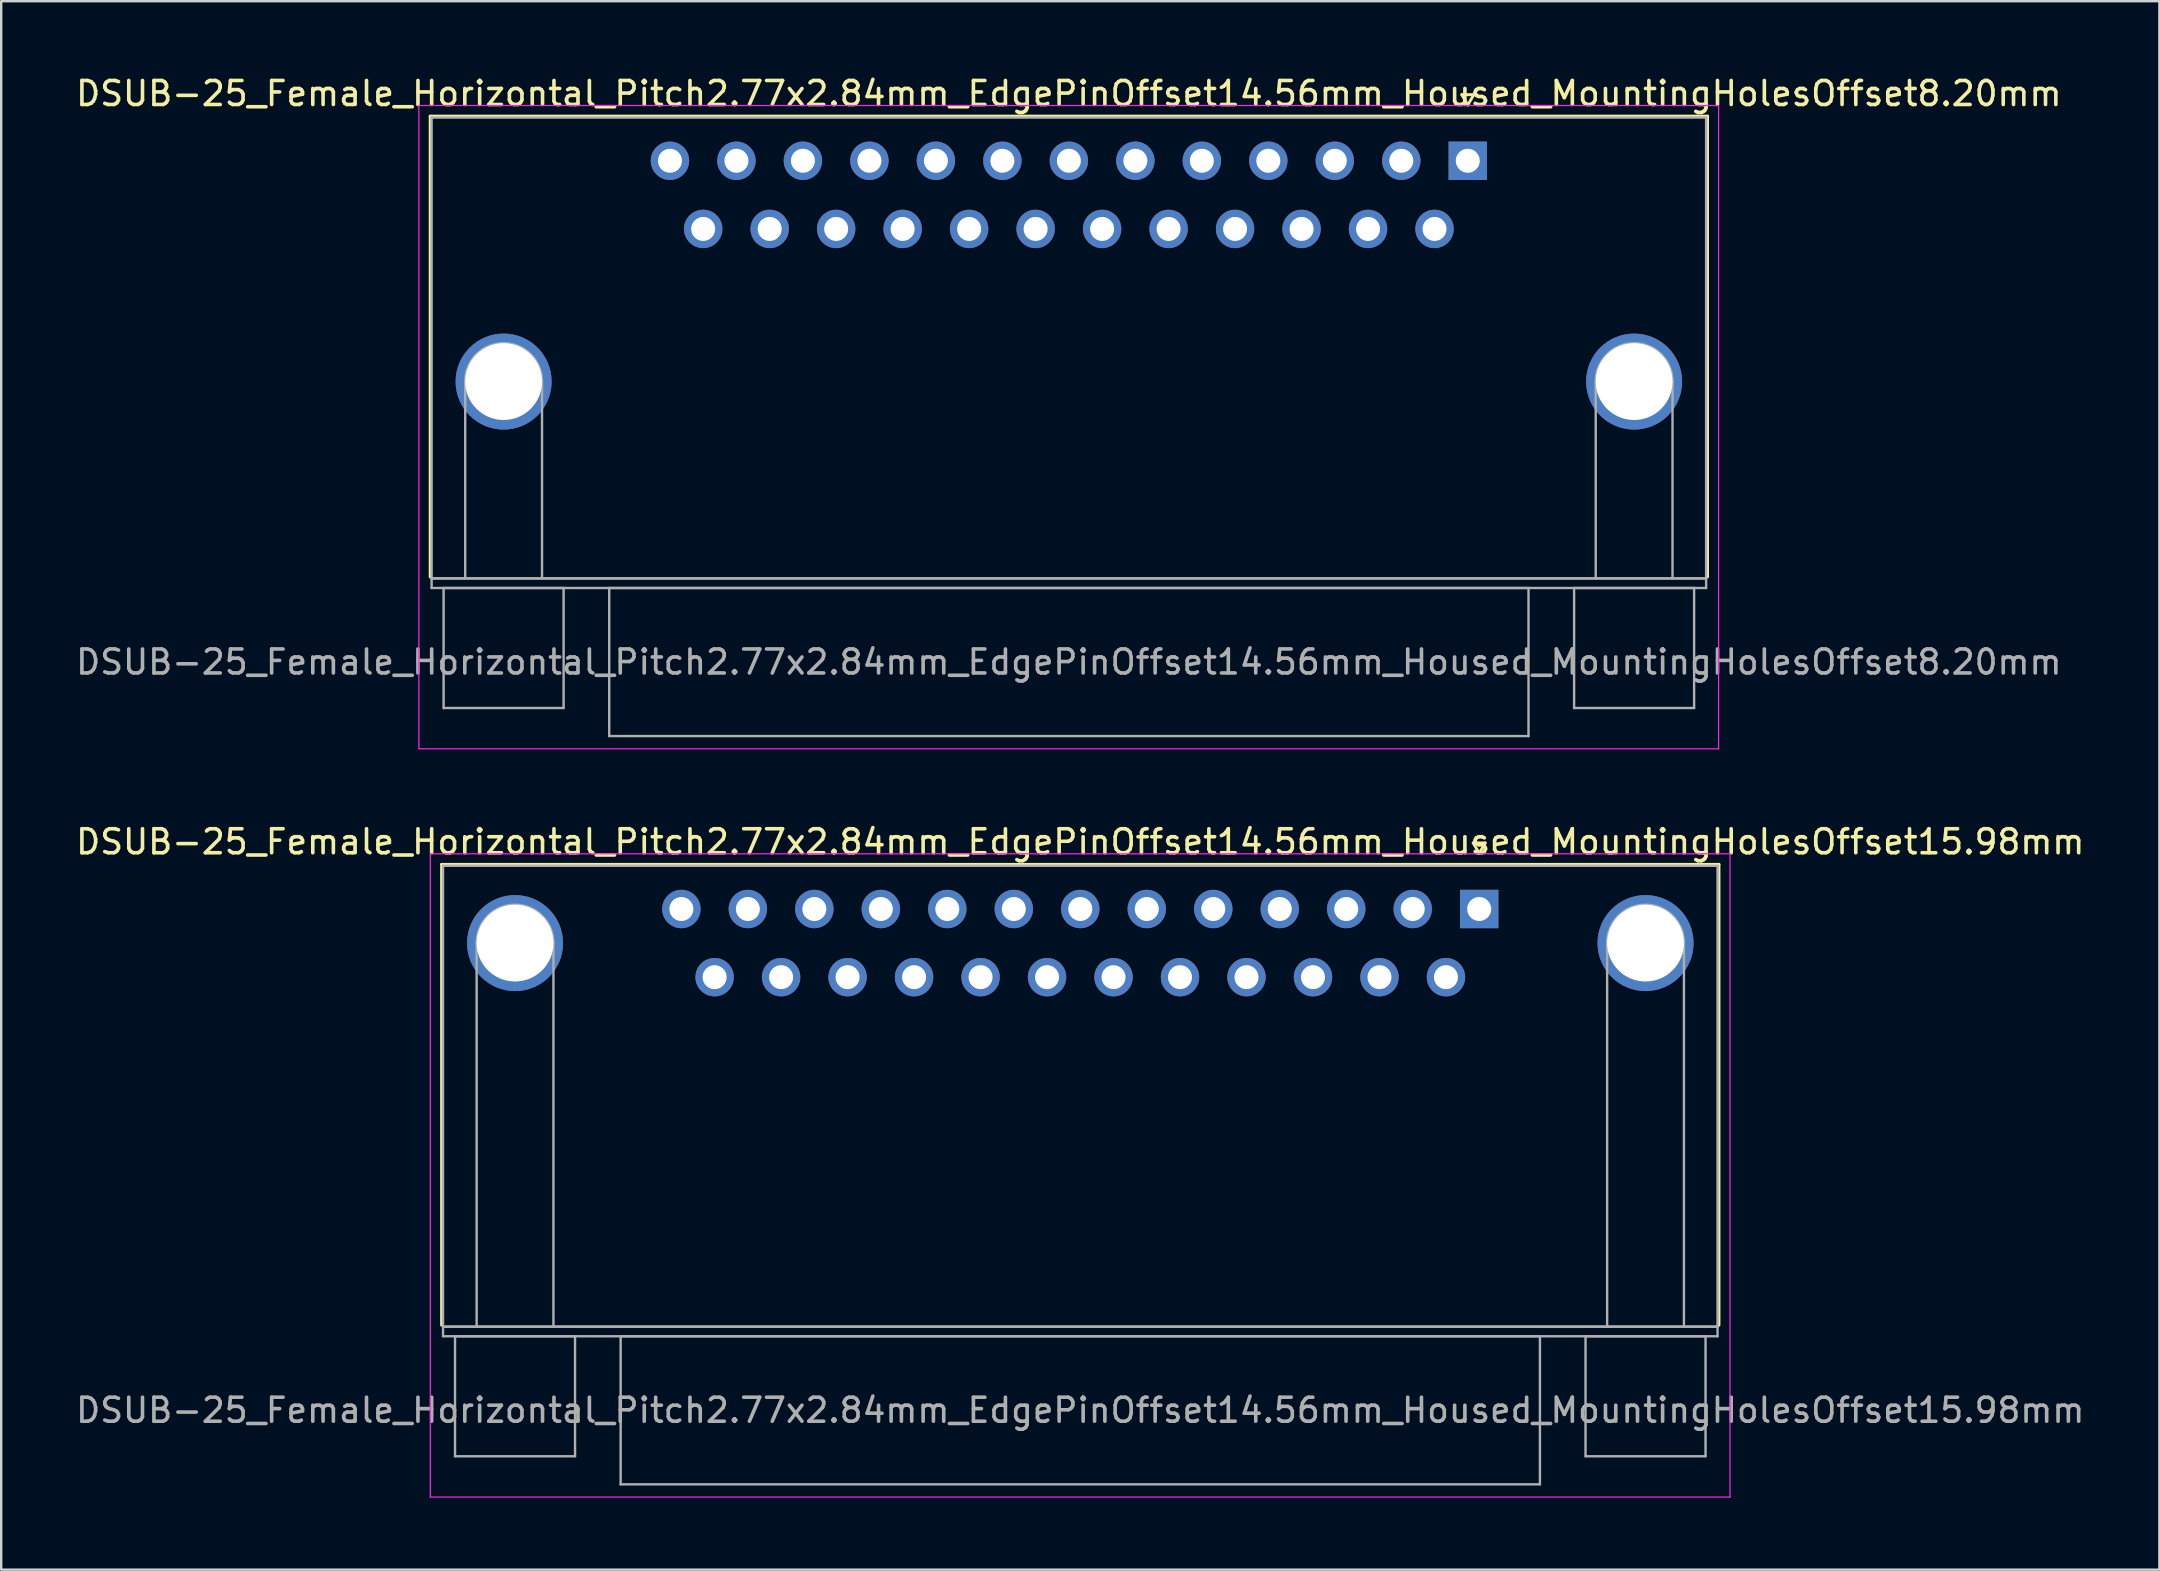
<source format=kicad_pcb>
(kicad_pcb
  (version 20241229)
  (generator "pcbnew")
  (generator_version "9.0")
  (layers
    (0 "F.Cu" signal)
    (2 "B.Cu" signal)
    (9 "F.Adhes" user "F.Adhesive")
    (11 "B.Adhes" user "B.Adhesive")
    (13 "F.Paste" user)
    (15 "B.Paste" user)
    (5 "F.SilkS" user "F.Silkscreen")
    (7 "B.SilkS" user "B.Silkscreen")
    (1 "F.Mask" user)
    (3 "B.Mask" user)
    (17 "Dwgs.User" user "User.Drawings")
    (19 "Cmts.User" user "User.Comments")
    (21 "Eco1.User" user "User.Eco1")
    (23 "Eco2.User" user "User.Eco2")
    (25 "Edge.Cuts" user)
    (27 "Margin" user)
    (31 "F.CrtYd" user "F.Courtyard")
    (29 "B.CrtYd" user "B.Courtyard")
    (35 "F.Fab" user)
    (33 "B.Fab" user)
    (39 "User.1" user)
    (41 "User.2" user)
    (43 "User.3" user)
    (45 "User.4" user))
  (footprint "DSUB-25_Female_Horizontal_Pitch2.77x2.84mm_EdgePinOffset14.56mm_Housed_MountingHolesOffset15.98mm"
    (layer "F.Cu")
    (at 58.578 34.822)
    (property "Reference" "DSUB-25_Female_Horizontal_Pitch2.77x2.84mm_EdgePinOffset14.56mm_Housed_MountingHolesOffset15.98mm" (at -16.62 -2.8 0) (layer "F.SilkS") (effects (font (size 1 1) (thickness 0.15))))
    (attr through_hole)
    (fp_line (start -43.23 -1.86) (end 9.99 -1.86) (stroke (width 0.12) (type solid)) (layer "F.SilkS"))
    (fp_line (start -43.23 17.34) (end -43.23 -1.86) (stroke (width 0.12) (type solid)) (layer "F.SilkS"))
    (fp_line (start -0.25 -2.754) (end 0.25 -2.754) (stroke (width 0.12) (type solid)) (layer "F.SilkS"))
    (fp_line (start 0 -2.321) (end -0.25 -2.754) (stroke (width 0.12) (type solid)) (layer "F.SilkS"))
    (fp_line (start 0.25 -2.754) (end 0 -2.321) (stroke (width 0.12) (type solid)) (layer "F.SilkS"))
    (fp_line (start 9.99 -1.86) (end 9.99 17.34) (stroke (width 0.12) (type solid)) (layer "F.SilkS"))
    (fp_line (start -43.7 -2.3) (end -43.7 24.5) (stroke (width 0.05) (type solid)) (layer "F.CrtYd"))
    (fp_line (start -43.7 24.5) (end 10.45 24.5) (stroke (width 0.05) (type solid)) (layer "F.CrtYd"))
    (fp_line (start 10.45 -2.3) (end -43.7 -2.3) (stroke (width 0.05) (type solid)) (layer "F.CrtYd"))
    (fp_line (start 10.45 24.5) (end 10.45 -2.3) (stroke (width 0.05) (type solid)) (layer "F.CrtYd"))
    (fp_line (start -43.17 -1.8) (end -43.17 17.4) (stroke (width 0.1) (type solid)) (layer "F.Fab"))
    (fp_line (start -43.17 17.4) (end -43.17 17.8) (stroke (width 0.1) (type solid)) (layer "F.Fab"))
    (fp_line (start -43.17 17.4) (end 9.93 17.4) (stroke (width 0.1) (type solid)) (layer "F.Fab"))
    (fp_line (start -43.17 17.8) (end 9.93 17.8) (stroke (width 0.1) (type solid)) (layer "F.Fab"))
    (fp_line (start -42.67 17.8) (end -42.67 22.8) (stroke (width 0.1) (type solid)) (layer "F.Fab"))
    (fp_line (start -42.67 22.8) (end -37.67 22.8) (stroke (width 0.1) (type solid)) (layer "F.Fab"))
    (fp_line (start -41.77 17.4) (end -41.77 1.42) (stroke (width 0.1) (type solid)) (layer "F.Fab"))
    (fp_line (start -38.57 17.4) (end -38.57 1.42) (stroke (width 0.1) (type solid)) (layer "F.Fab"))
    (fp_line (start -37.67 17.8) (end -42.67 17.8) (stroke (width 0.1) (type solid)) (layer "F.Fab"))
    (fp_line (start -37.67 22.8) (end -37.67 17.8) (stroke (width 0.1) (type solid)) (layer "F.Fab"))
    (fp_line (start -35.77 17.8) (end -35.77 23.97) (stroke (width 0.1) (type solid)) (layer "F.Fab"))
    (fp_line (start -35.77 23.97) (end 2.53 23.97) (stroke (width 0.1) (type solid)) (layer "F.Fab"))
    (fp_line (start 2.53 17.8) (end -35.77 17.8) (stroke (width 0.1) (type solid)) (layer "F.Fab"))
    (fp_line (start 2.53 23.97) (end 2.53 17.8) (stroke (width 0.1) (type solid)) (layer "F.Fab"))
    (fp_line (start 4.43 17.8) (end 4.43 22.8) (stroke (width 0.1) (type solid)) (layer "F.Fab"))
    (fp_line (start 4.43 22.8) (end 9.43 22.8) (stroke (width 0.1) (type solid)) (layer "F.Fab"))
    (fp_line (start 5.33 17.4) (end 5.33 1.42) (stroke (width 0.1) (type solid)) (layer "F.Fab"))
    (fp_line (start 8.53 17.4) (end 8.53 1.42) (stroke (width 0.1) (type solid)) (layer "F.Fab"))
    (fp_line (start 9.43 17.8) (end 4.43 17.8) (stroke (width 0.1) (type solid)) (layer "F.Fab"))
    (fp_line (start 9.43 22.8) (end 9.43 17.8) (stroke (width 0.1) (type solid)) (layer "F.Fab"))
    (fp_line (start 9.93 -1.8) (end -43.17 -1.8) (stroke (width 0.1) (type solid)) (layer "F.Fab"))
    (fp_line (start 9.93 17.4) (end -43.17 17.4) (stroke (width 0.1) (type solid)) (layer "F.Fab"))
    (fp_line (start 9.93 17.4) (end 9.93 -1.8) (stroke (width 0.1) (type solid)) (layer "F.Fab"))
    (fp_line (start 9.93 17.8) (end 9.93 17.4) (stroke (width 0.1) (type solid)) (layer "F.Fab"))
    (fp_arc (start -41.77 1.42) (mid -40.17 -0.18) (end -38.57 1.42) (stroke (width 0.1) (type solid)) (layer "F.Fab"))
    (fp_arc (start 5.33 1.42) (mid 6.93 -0.18) (end 8.53 1.42) (stroke (width 0.1) (type solid)) (layer "F.Fab"))
    (fp_text user "${REFERENCE}" (at -16.62 20.885 0) (layer "F.Fab") (effects (font (size 1 1) (thickness 0.15))))
    (pad "0" thru_hole circle (at -40.17 1.42) (size 4 4) (drill 3.2) (layers "*.Cu" "*.Mask"))
    (pad "0" thru_hole circle (at 6.93 1.42) (size 4 4) (drill 3.2) (layers "*.Cu" "*.Mask"))
    (pad "1" thru_hole rect (at 0 0) (size 1.6 1.6) (drill 1) (layers "*.Cu" "*.Mask"))
    (pad "2" thru_hole circle (at -2.77 0) (size 1.6 1.6) (drill 1) (layers "*.Cu" "*.Mask"))
    (pad "3" thru_hole circle (at -5.54 0) (size 1.6 1.6) (drill 1) (layers "*.Cu" "*.Mask"))
    (pad "4" thru_hole circle (at -8.31 0) (size 1.6 1.6) (drill 1) (layers "*.Cu" "*.Mask"))
    (pad "5" thru_hole circle (at -11.08 0) (size 1.6 1.6) (drill 1) (layers "*.Cu" "*.Mask"))
    (pad "6" thru_hole circle (at -13.85 0) (size 1.6 1.6) (drill 1) (layers "*.Cu" "*.Mask"))
    (pad "7" thru_hole circle (at -16.62 0) (size 1.6 1.6) (drill 1) (layers "*.Cu" "*.Mask"))
    (pad "8" thru_hole circle (at -19.39 0) (size 1.6 1.6) (drill 1) (layers "*.Cu" "*.Mask"))
    (pad "9" thru_hole circle (at -22.16 0) (size 1.6 1.6) (drill 1) (layers "*.Cu" "*.Mask"))
    (pad "10" thru_hole circle (at -24.93 0) (size 1.6 1.6) (drill 1) (layers "*.Cu" "*.Mask"))
    (pad "11" thru_hole circle (at -27.7 0) (size 1.6 1.6) (drill 1) (layers "*.Cu" "*.Mask"))
    (pad "12" thru_hole circle (at -30.47 0) (size 1.6 1.6) (drill 1) (layers "*.Cu" "*.Mask"))
    (pad "13" thru_hole circle (at -33.24 0) (size 1.6 1.6) (drill 1) (layers "*.Cu" "*.Mask"))
    (pad "14" thru_hole circle (at -1.385 2.84) (size 1.6 1.6) (drill 1) (layers "*.Cu" "*.Mask"))
    (pad "15" thru_hole circle (at -4.155 2.84) (size 1.6 1.6) (drill 1) (layers "*.Cu" "*.Mask"))
    (pad "16" thru_hole circle (at -6.925 2.84) (size 1.6 1.6) (drill 1) (layers "*.Cu" "*.Mask"))
    (pad "17" thru_hole circle (at -9.695 2.84) (size 1.6 1.6) (drill 1) (layers "*.Cu" "*.Mask"))
    (pad "18" thru_hole circle (at -12.465 2.84) (size 1.6 1.6) (drill 1) (layers "*.Cu" "*.Mask"))
    (pad "19" thru_hole circle (at -15.235 2.84) (size 1.6 1.6) (drill 1) (layers "*.Cu" "*.Mask"))
    (pad "20" thru_hole circle (at -18.005 2.84) (size 1.6 1.6) (drill 1) (layers "*.Cu" "*.Mask"))
    (pad "21" thru_hole circle (at -20.775 2.84) (size 1.6 1.6) (drill 1) (layers "*.Cu" "*.Mask"))
    (pad "22" thru_hole circle (at -23.545 2.84) (size 1.6 1.6) (drill 1) (layers "*.Cu" "*.Mask"))
    (pad "23" thru_hole circle (at -26.315 2.84) (size 1.6 1.6) (drill 1) (layers "*.Cu" "*.Mask"))
    (pad "24" thru_hole circle (at -29.085 2.84) (size 1.6 1.6) (drill 1) (layers "*.Cu" "*.Mask"))
    (pad "25" thru_hole circle (at -31.855 2.84) (size 1.6 1.6) (drill 1) (layers "*.Cu" "*.Mask")))
  (footprint "DSUB-25_Female_Horizontal_Pitch2.77x2.84mm_EdgePinOffset14.56mm_Housed_MountingHolesOffset8.20mm"
    (layer "F.Cu")
    (at 58.102 3.648)
    (property "Reference" "DSUB-25_Female_Horizontal_Pitch2.77x2.84mm_EdgePinOffset14.56mm_Housed_MountingHolesOffset8.20mm" (at -16.62 -2.8 0) (layer "F.SilkS") (effects (font (size 1 1) (thickness 0.15))))
    (attr through_hole)
    (fp_line (start -43.23 -1.86) (end 9.99 -1.86) (stroke (width 0.12) (type solid)) (layer "F.SilkS"))
    (fp_line (start -43.23 17.34) (end -43.23 -1.86) (stroke (width 0.12) (type solid)) (layer "F.SilkS"))
    (fp_line (start -0.25 -2.754) (end 0.25 -2.754) (stroke (width 0.12) (type solid)) (layer "F.SilkS"))
    (fp_line (start 0 -2.321) (end -0.25 -2.754) (stroke (width 0.12) (type solid)) (layer "F.SilkS"))
    (fp_line (start 0.25 -2.754) (end 0 -2.321) (stroke (width 0.12) (type solid)) (layer "F.SilkS"))
    (fp_line (start 9.99 -1.86) (end 9.99 17.34) (stroke (width 0.12) (type solid)) (layer "F.SilkS"))
    (fp_line (start -43.7 -2.3) (end -43.7 24.5) (stroke (width 0.05) (type solid)) (layer "F.CrtYd"))
    (fp_line (start -43.7 24.5) (end 10.45 24.5) (stroke (width 0.05) (type solid)) (layer "F.CrtYd"))
    (fp_line (start 10.45 -2.3) (end -43.7 -2.3) (stroke (width 0.05) (type solid)) (layer "F.CrtYd"))
    (fp_line (start 10.45 24.5) (end 10.45 -2.3) (stroke (width 0.05) (type solid)) (layer "F.CrtYd"))
    (fp_line (start -43.17 -1.8) (end -43.17 17.4) (stroke (width 0.1) (type solid)) (layer "F.Fab"))
    (fp_line (start -43.17 17.4) (end -43.17 17.8) (stroke (width 0.1) (type solid)) (layer "F.Fab"))
    (fp_line (start -43.17 17.4) (end 9.93 17.4) (stroke (width 0.1) (type solid)) (layer "F.Fab"))
    (fp_line (start -43.17 17.8) (end 9.93 17.8) (stroke (width 0.1) (type solid)) (layer "F.Fab"))
    (fp_line (start -42.67 17.8) (end -42.67 22.8) (stroke (width 0.1) (type solid)) (layer "F.Fab"))
    (fp_line (start -42.67 22.8) (end -37.67 22.8) (stroke (width 0.1) (type solid)) (layer "F.Fab"))
    (fp_line (start -41.77 17.4) (end -41.77 9.2) (stroke (width 0.1) (type solid)) (layer "F.Fab"))
    (fp_line (start -38.57 17.4) (end -38.57 9.2) (stroke (width 0.1) (type solid)) (layer "F.Fab"))
    (fp_line (start -37.67 17.8) (end -42.67 17.8) (stroke (width 0.1) (type solid)) (layer "F.Fab"))
    (fp_line (start -37.67 22.8) (end -37.67 17.8) (stroke (width 0.1) (type solid)) (layer "F.Fab"))
    (fp_line (start -35.77 17.8) (end -35.77 23.97) (stroke (width 0.1) (type solid)) (layer "F.Fab"))
    (fp_line (start -35.77 23.97) (end 2.53 23.97) (stroke (width 0.1) (type solid)) (layer "F.Fab"))
    (fp_line (start 2.53 17.8) (end -35.77 17.8) (stroke (width 0.1) (type solid)) (layer "F.Fab"))
    (fp_line (start 2.53 23.97) (end 2.53 17.8) (stroke (width 0.1) (type solid)) (layer "F.Fab"))
    (fp_line (start 4.43 17.8) (end 4.43 22.8) (stroke (width 0.1) (type solid)) (layer "F.Fab"))
    (fp_line (start 4.43 22.8) (end 9.43 22.8) (stroke (width 0.1) (type solid)) (layer "F.Fab"))
    (fp_line (start 5.33 17.4) (end 5.33 9.2) (stroke (width 0.1) (type solid)) (layer "F.Fab"))
    (fp_line (start 8.53 17.4) (end 8.53 9.2) (stroke (width 0.1) (type solid)) (layer "F.Fab"))
    (fp_line (start 9.43 17.8) (end 4.43 17.8) (stroke (width 0.1) (type solid)) (layer "F.Fab"))
    (fp_line (start 9.43 22.8) (end 9.43 17.8) (stroke (width 0.1) (type solid)) (layer "F.Fab"))
    (fp_line (start 9.93 -1.8) (end -43.17 -1.8) (stroke (width 0.1) (type solid)) (layer "F.Fab"))
    (fp_line (start 9.93 17.4) (end -43.17 17.4) (stroke (width 0.1) (type solid)) (layer "F.Fab"))
    (fp_line (start 9.93 17.4) (end 9.93 -1.8) (stroke (width 0.1) (type solid)) (layer "F.Fab"))
    (fp_line (start 9.93 17.8) (end 9.93 17.4) (stroke (width 0.1) (type solid)) (layer "F.Fab"))
    (fp_arc (start -41.77 9.2) (mid -40.17 7.6) (end -38.57 9.2) (stroke (width 0.1) (type solid)) (layer "F.Fab"))
    (fp_arc (start 5.33 9.2) (mid 6.93 7.6) (end 8.53 9.2) (stroke (width 0.1) (type solid)) (layer "F.Fab"))
    (fp_text user "${REFERENCE}" (at -16.62 20.885 0) (layer "F.Fab") (effects (font (size 1 1) (thickness 0.15))))
    (pad "0" thru_hole circle (at -40.17 9.2) (size 4 4) (drill 3.2) (layers "*.Cu" "*.Mask"))
    (pad "0" thru_hole circle (at 6.93 9.2) (size 4 4) (drill 3.2) (layers "*.Cu" "*.Mask"))
    (pad "1" thru_hole rect (at 0 0) (size 1.6 1.6) (drill 1) (layers "*.Cu" "*.Mask"))
    (pad "2" thru_hole circle (at -2.77 0) (size 1.6 1.6) (drill 1) (layers "*.Cu" "*.Mask"))
    (pad "3" thru_hole circle (at -5.54 0) (size 1.6 1.6) (drill 1) (layers "*.Cu" "*.Mask"))
    (pad "4" thru_hole circle (at -8.31 0) (size 1.6 1.6) (drill 1) (layers "*.Cu" "*.Mask"))
    (pad "5" thru_hole circle (at -11.08 0) (size 1.6 1.6) (drill 1) (layers "*.Cu" "*.Mask"))
    (pad "6" thru_hole circle (at -13.85 0) (size 1.6 1.6) (drill 1) (layers "*.Cu" "*.Mask"))
    (pad "7" thru_hole circle (at -16.62 0) (size 1.6 1.6) (drill 1) (layers "*.Cu" "*.Mask"))
    (pad "8" thru_hole circle (at -19.39 0) (size 1.6 1.6) (drill 1) (layers "*.Cu" "*.Mask"))
    (pad "9" thru_hole circle (at -22.16 0) (size 1.6 1.6) (drill 1) (layers "*.Cu" "*.Mask"))
    (pad "10" thru_hole circle (at -24.93 0) (size 1.6 1.6) (drill 1) (layers "*.Cu" "*.Mask"))
    (pad "11" thru_hole circle (at -27.7 0) (size 1.6 1.6) (drill 1) (layers "*.Cu" "*.Mask"))
    (pad "12" thru_hole circle (at -30.47 0) (size 1.6 1.6) (drill 1) (layers "*.Cu" "*.Mask"))
    (pad "13" thru_hole circle (at -33.24 0) (size 1.6 1.6) (drill 1) (layers "*.Cu" "*.Mask"))
    (pad "14" thru_hole circle (at -1.385 2.84) (size 1.6 1.6) (drill 1) (layers "*.Cu" "*.Mask"))
    (pad "15" thru_hole circle (at -4.155 2.84) (size 1.6 1.6) (drill 1) (layers "*.Cu" "*.Mask"))
    (pad "16" thru_hole circle (at -6.925 2.84) (size 1.6 1.6) (drill 1) (layers "*.Cu" "*.Mask"))
    (pad "17" thru_hole circle (at -9.695 2.84) (size 1.6 1.6) (drill 1) (layers "*.Cu" "*.Mask"))
    (pad "18" thru_hole circle (at -12.465 2.84) (size 1.6 1.6) (drill 1) (layers "*.Cu" "*.Mask"))
    (pad "19" thru_hole circle (at -15.235 2.84) (size 1.6 1.6) (drill 1) (layers "*.Cu" "*.Mask"))
    (pad "20" thru_hole circle (at -18.005 2.84) (size 1.6 1.6) (drill 1) (layers "*.Cu" "*.Mask"))
    (pad "21" thru_hole circle (at -20.775 2.84) (size 1.6 1.6) (drill 1) (layers "*.Cu" "*.Mask"))
    (pad "22" thru_hole circle (at -23.545 2.84) (size 1.6 1.6) (drill 1) (layers "*.Cu" "*.Mask"))
    (pad "23" thru_hole circle (at -26.315 2.84) (size 1.6 1.6) (drill 1) (layers "*.Cu" "*.Mask"))
    (pad "24" thru_hole circle (at -29.085 2.84) (size 1.6 1.6) (drill 1) (layers "*.Cu" "*.Mask"))
    (pad "25" thru_hole circle (at -31.855 2.84) (size 1.6 1.6) (drill 1) (layers "*.Cu" "*.Mask")))
  (gr_rect
    (start -3 -3)
    (end 86.917 62.346)
    (stroke (width 0.1) (type default))
    (fill no)
    (layer "Edge.Cuts")))
</source>
